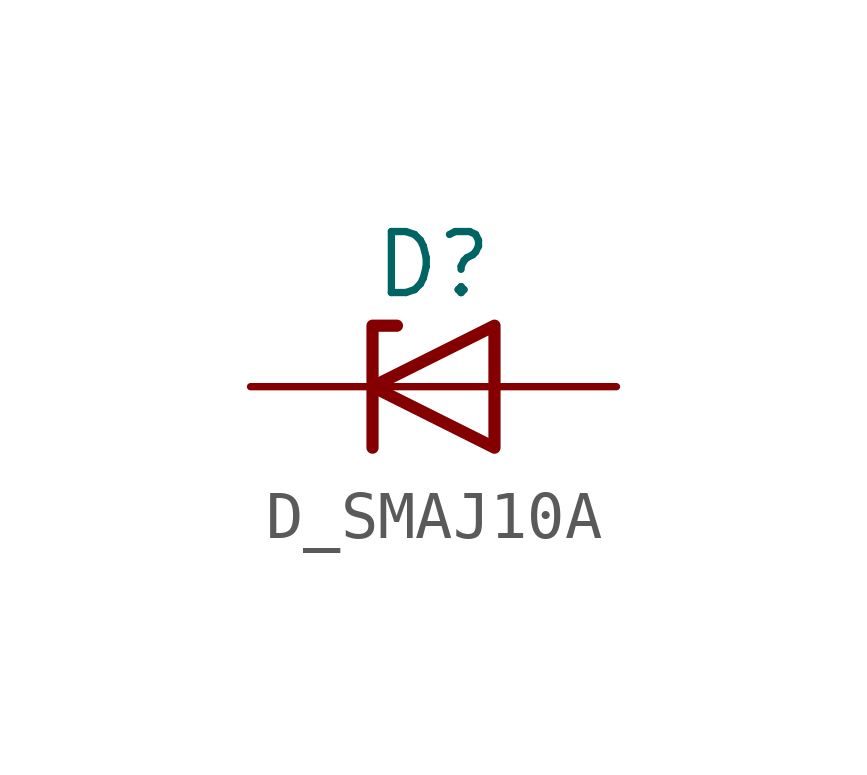
<source format=kicad_sym>
(kicad_symbol_lib
  (version 20211014)
  (generator kicad_symbol_editor)
  (symbol "D_SMAJ10A"
    (pin_numbers hide)
    (pin_names
      (offset 1.016) hide)
    (property "Reference" "D"
      (at 0 2.54 0)
      (effects (font (size 1.27 1.27))))
    (symbol "D_SMAJ10A_0_1"
      (polyline (pts (xy 1.27 0) (xy -1.27 0)) (stroke (width 0) (type default) (color 0 0 0 0)) (fill (type none)))
      (polyline (pts (xy -1.27 -1.27) (xy -1.27 1.27) (xy -0.762 1.27)) (stroke (width 0.254) (type default) (color 0 0 0 0)) (fill (type none)))
      (polyline (pts (xy 1.27 -1.27) (xy 1.27 1.27) (xy -1.27 0) (xy 1.27 -1.27)) (stroke (width 0.254) (type default) (color 0 0 0 0)) (fill (type none))))
    (symbol "D_SMAJ10A_1_1"
      (pin passive line (at -3.81 0 0) (length 2.54) (name "K" (effects (font (size 1.27 1.27)))) (number "1" (effects (font (size 1.27 1.27)))))
      (pin passive line (at 3.81 0 180) (length 2.54) (name "A" (effects (font (size 1.27 1.27)))) (number "2" (effects (font (size 1.27 1.27))))))))
</source>
